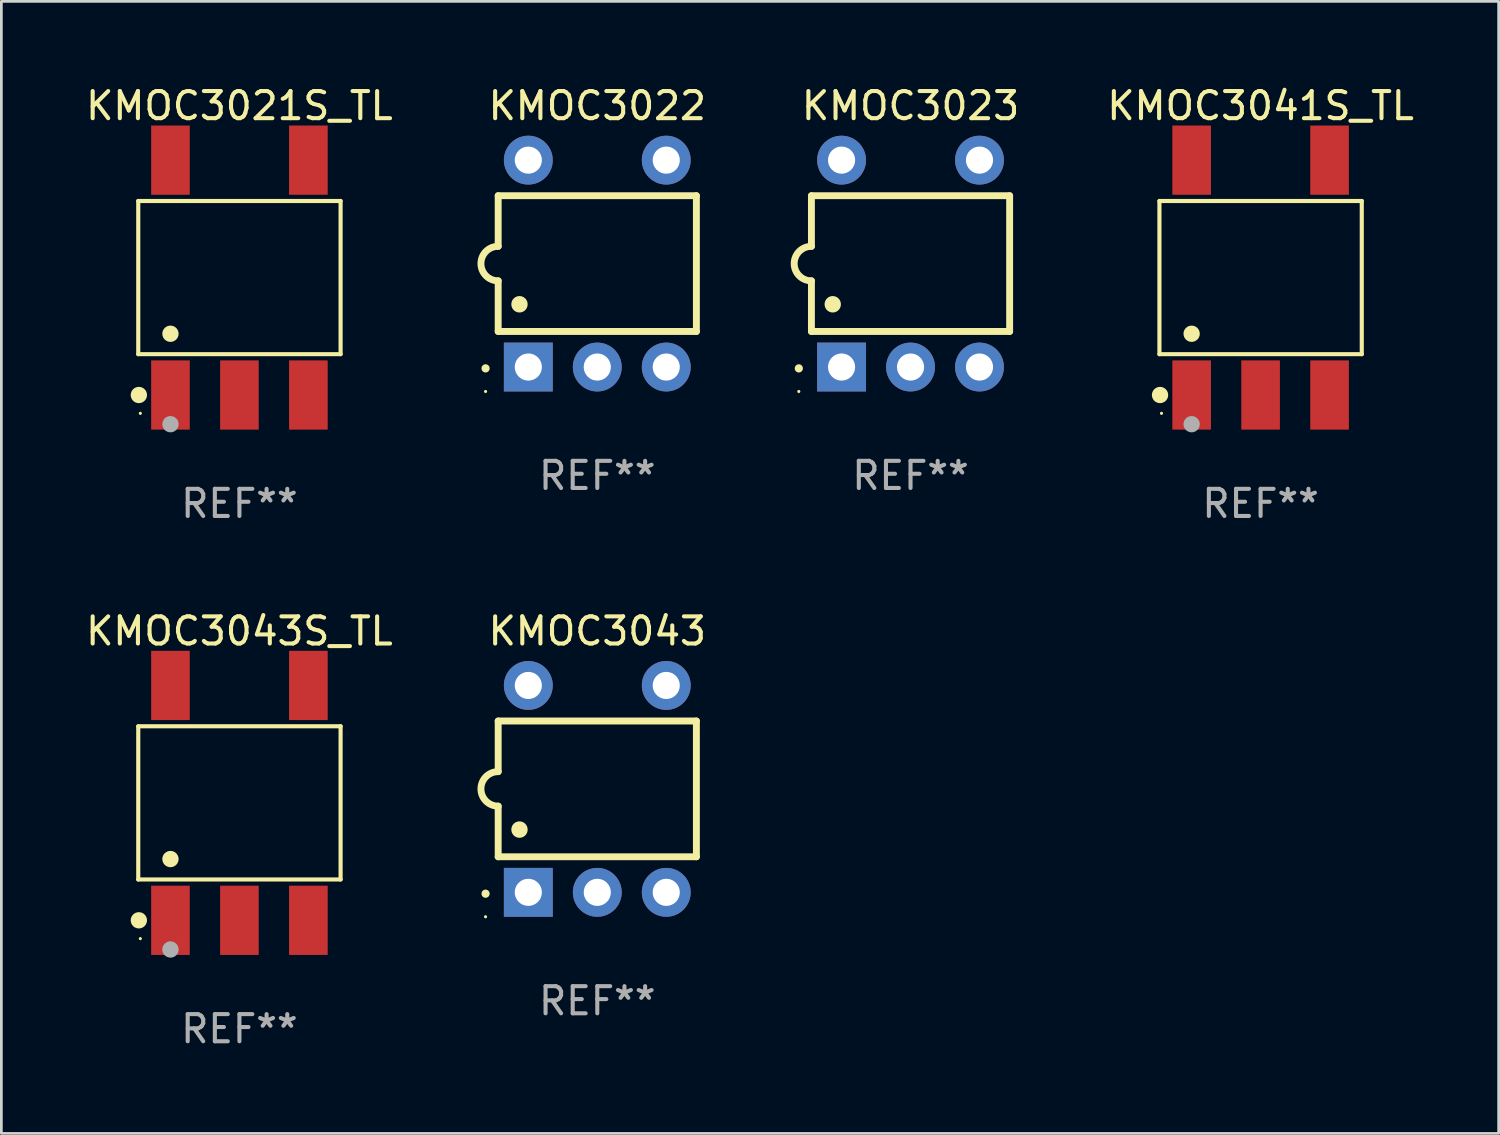
<source format=kicad_pcb>
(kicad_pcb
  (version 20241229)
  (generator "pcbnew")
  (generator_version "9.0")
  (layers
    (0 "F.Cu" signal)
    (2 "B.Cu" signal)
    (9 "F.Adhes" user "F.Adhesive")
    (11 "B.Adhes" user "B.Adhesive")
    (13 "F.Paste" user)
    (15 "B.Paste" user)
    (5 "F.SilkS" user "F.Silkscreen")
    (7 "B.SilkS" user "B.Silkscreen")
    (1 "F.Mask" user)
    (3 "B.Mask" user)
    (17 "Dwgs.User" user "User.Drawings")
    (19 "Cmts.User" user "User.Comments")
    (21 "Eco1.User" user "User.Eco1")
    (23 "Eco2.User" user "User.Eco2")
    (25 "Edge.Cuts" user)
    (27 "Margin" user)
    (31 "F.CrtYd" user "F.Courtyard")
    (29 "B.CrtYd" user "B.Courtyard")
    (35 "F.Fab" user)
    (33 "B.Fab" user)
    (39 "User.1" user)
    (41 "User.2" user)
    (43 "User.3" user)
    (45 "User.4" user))
  (footprint "KMOC3043S_TL"
    (layer "F.Cu")
    (at 5.768 26.52)
    (property "Reference" "KMOC3043S_TL" (at 0 -6.325 0) (layer "F.SilkS") (effects (font (size 1 1) (thickness 0.15))))
    (attr through_hole)
    (fp_line (start -3.726 -2.821) (end 3.726 -2.821) (stroke (width 0.152) (type solid)) (layer "F.SilkS"))
    (fp_line (start -3.726 2.821) (end -3.726 -2.821) (stroke (width 0.152) (type solid)) (layer "F.SilkS"))
    (fp_line (start 3.726 -2.821) (end 3.726 2.821) (stroke (width 0.152) (type solid)) (layer "F.SilkS"))
    (fp_line (start 3.726 2.821) (end -3.726 2.821) (stroke (width 0.152) (type solid)) (layer "F.SilkS"))
    (fp_circle (center -3.704 4.325) (end -3.554 4.325) (stroke (width 0.3) (type solid)) (fill no) (layer "F.SilkS"))
    (fp_circle (center -3.65 5) (end -3.62 5) (stroke (width 0.06) (type solid)) (fill no) (layer "F.SilkS"))
    (fp_circle (center -2.54 2.069) (end -2.39 2.069) (stroke (width 0.3) (type solid)) (fill no) (layer "F.SilkS"))
    (fp_circle (center -2.54 5.4) (end -2.39 5.4) (stroke (width 0.3) (type solid)) (fill no) (layer "F.Fab"))
    (fp_text user "REF**" (at 0 8.325 0) (layer "F.Fab") (effects (font (size 1 1) (thickness 0.15))))
    (pad "1" smd rect (at -2.54 4.325) (size 1.422 2.55) (layers "F.Cu" "F.Mask" "F.Paste"))
    (pad "2" smd rect (at 0 4.325) (size 1.422 2.55) (layers "F.Cu" "F.Mask" "F.Paste"))
    (pad "3" smd rect (at 2.54 4.325) (size 1.422 2.55) (layers "F.Cu" "F.Mask" "F.Paste"))
    (pad "4" smd rect (at 2.54 -4.325) (size 1.422 2.55) (layers "F.Cu" "F.Mask" "F.Paste"))
    (pad "6" smd rect (at -2.54 -4.325) (size 1.422 2.55) (layers "F.Cu" "F.Mask" "F.Paste")))
  (footprint "KMOC3023"
    (layer "F.Cu")
    (at 30.485 6.658)
    (property "Reference" "KMOC3023" (at 0 -5.81 0) (layer "F.SilkS") (effects (font (size 1 1) (thickness 0.15))))
    (attr through_hole)
    (fp_line (start -3.65 -2.5) (end 3.65 -2.5) (stroke (width 0.254) (type solid)) (layer "F.SilkS"))
    (fp_line (start -3.65 -0.635) (end -3.65 -2.5) (stroke (width 0.254) (type solid)) (layer "F.SilkS"))
    (fp_line (start -3.65 0.635) (end -3.65 2.5) (stroke (width 0.254) (type solid)) (layer "F.SilkS"))
    (fp_line (start -3.65 2.5) (end 3.65 2.5) (stroke (width 0.254) (type solid)) (layer "F.SilkS"))
    (fp_line (start 3.65 -2.5) (end 3.65 2.5) (stroke (width 0.254) (type solid)) (layer "F.SilkS"))
    (fp_arc (start -4.114808 3.860808) (mid -4.114813 3.859538) (end -4.114808 3.858268) (stroke (width 0.3) (type solid)) (layer "F.SilkS"))
    (fp_arc (start -3.650013 0.635001) (mid -4.285014 0) (end -3.650013 -0.635001) (stroke (width 0.254001) (type solid)) (layer "F.SilkS"))
    (fp_arc (start -2.865405 1.501143) (mid -2.865416 1.498603) (end -2.865405 1.496063) (stroke (width 0.6) (type solid)) (layer "F.SilkS"))
    (fp_circle (center -4.115 4.71) (end -4.085 4.71) (stroke (width 0.06) (type solid)) (fill no) (layer "F.SilkS"))
    (fp_text user "REF**" (at 0 7.81 0) (layer "F.Fab") (effects (font (size 1 1) (thickness 0.15))))
    (pad "1" thru_hole rect (at -2.54 3.81 90) (size 1.8 1.8) (drill 1) (layers "*.Cu" "*.Mask"))
    (pad "2" thru_hole circle (at 0 3.81) (size 1.8 1.8) (drill 1) (layers "*.Cu" "*.Mask"))
    (pad "3" thru_hole circle (at 2.54 3.81) (size 1.8 1.8) (drill 1) (layers "*.Cu" "*.Mask"))
    (pad "4" thru_hole circle (at 2.54 -3.81) (size 1.8 1.8) (drill 1) (layers "*.Cu" "*.Mask"))
    (pad "6" thru_hole circle (at -2.54 -3.81) (size 1.8 1.8) (drill 1) (layers "*.Cu" "*.Mask")))
  (footprint "KMOC3041S_TL"
    (layer "F.Cu")
    (at 43.378 7.173)
    (property "Reference" "KMOC3041S_TL" (at 0 -6.325 0) (layer "F.SilkS") (effects (font (size 1 1) (thickness 0.15))))
    (attr through_hole)
    (fp_line (start -3.726 -2.821) (end 3.726 -2.821) (stroke (width 0.152) (type solid)) (layer "F.SilkS"))
    (fp_line (start -3.726 2.821) (end -3.726 -2.821) (stroke (width 0.152) (type solid)) (layer "F.SilkS"))
    (fp_line (start 3.726 -2.821) (end 3.726 2.821) (stroke (width 0.152) (type solid)) (layer "F.SilkS"))
    (fp_line (start 3.726 2.821) (end -3.726 2.821) (stroke (width 0.152) (type solid)) (layer "F.SilkS"))
    (fp_circle (center -3.704 4.325) (end -3.554 4.325) (stroke (width 0.3) (type solid)) (fill no) (layer "F.SilkS"))
    (fp_circle (center -3.65 5) (end -3.62 5) (stroke (width 0.06) (type solid)) (fill no) (layer "F.SilkS"))
    (fp_circle (center -2.54 2.069) (end -2.39 2.069) (stroke (width 0.3) (type solid)) (fill no) (layer "F.SilkS"))
    (fp_circle (center -2.54 5.4) (end -2.39 5.4) (stroke (width 0.3) (type solid)) (fill no) (layer "F.Fab"))
    (fp_text user "REF**" (at 0 8.325 0) (layer "F.Fab") (effects (font (size 1 1) (thickness 0.15))))
    (pad "1" smd rect (at -2.54 4.325) (size 1.422 2.55) (layers "F.Cu" "F.Mask" "F.Paste"))
    (pad "2" smd rect (at 0 4.325) (size 1.422 2.55) (layers "F.Cu" "F.Mask" "F.Paste"))
    (pad "3" smd rect (at 2.54 4.325) (size 1.422 2.55) (layers "F.Cu" "F.Mask" "F.Paste"))
    (pad "4" smd rect (at 2.54 -4.325) (size 1.422 2.55) (layers "F.Cu" "F.Mask" "F.Paste"))
    (pad "6" smd rect (at -2.54 -4.325) (size 1.422 2.55) (layers "F.Cu" "F.Mask" "F.Paste")))
  (footprint "KMOC3043"
    (layer "F.Cu")
    (at 18.948 26.005)
    (property "Reference" "KMOC3043" (at 0 -5.81 0) (layer "F.SilkS") (effects (font (size 1 1) (thickness 0.15))))
    (attr through_hole)
    (fp_line (start -3.65 -2.5) (end 3.65 -2.5) (stroke (width 0.254) (type solid)) (layer "F.SilkS"))
    (fp_line (start -3.65 -0.635) (end -3.65 -2.5) (stroke (width 0.254) (type solid)) (layer "F.SilkS"))
    (fp_line (start -3.65 0.635) (end -3.65 2.5) (stroke (width 0.254) (type solid)) (layer "F.SilkS"))
    (fp_line (start -3.65 2.5) (end 3.65 2.5) (stroke (width 0.254) (type solid)) (layer "F.SilkS"))
    (fp_line (start 3.65 -2.5) (end 3.65 2.5) (stroke (width 0.254) (type solid)) (layer "F.SilkS"))
    (fp_arc (start -4.114808 3.860808) (mid -4.114813 3.859538) (end -4.114808 3.858268) (stroke (width 0.3) (type solid)) (layer "F.SilkS"))
    (fp_arc (start -3.650013 0.635001) (mid -4.285014 0) (end -3.650013 -0.635001) (stroke (width 0.254001) (type solid)) (layer "F.SilkS"))
    (fp_arc (start -2.865405 1.501143) (mid -2.865416 1.498603) (end -2.865405 1.496063) (stroke (width 0.6) (type solid)) (layer "F.SilkS"))
    (fp_circle (center -4.115 4.71) (end -4.085 4.71) (stroke (width 0.06) (type solid)) (fill no) (layer "F.SilkS"))
    (fp_text user "REF**" (at 0 7.81 0) (layer "F.Fab") (effects (font (size 1 1) (thickness 0.15))))
    (pad "1" thru_hole rect (at -2.54 3.81 90) (size 1.8 1.8) (drill 1) (layers "*.Cu" "*.Mask"))
    (pad "2" thru_hole circle (at 0 3.81) (size 1.8 1.8) (drill 1) (layers "*.Cu" "*.Mask"))
    (pad "3" thru_hole circle (at 2.54 3.81) (size 1.8 1.8) (drill 1) (layers "*.Cu" "*.Mask"))
    (pad "4" thru_hole circle (at 2.54 -3.81) (size 1.8 1.8) (drill 1) (layers "*.Cu" "*.Mask"))
    (pad "6" thru_hole circle (at -2.54 -3.81) (size 1.8 1.8) (drill 1) (layers "*.Cu" "*.Mask")))
  (footprint "KMOC3022"
    (layer "F.Cu")
    (at 18.948 6.658)
    (property "Reference" "KMOC3022" (at 0 -5.81 0) (layer "F.SilkS") (effects (font (size 1 1) (thickness 0.15))))
    (attr through_hole)
    (fp_line (start -3.65 -2.5) (end 3.65 -2.5) (stroke (width 0.254) (type solid)) (layer "F.SilkS"))
    (fp_line (start -3.65 -0.635) (end -3.65 -2.5) (stroke (width 0.254) (type solid)) (layer "F.SilkS"))
    (fp_line (start -3.65 0.635) (end -3.65 2.5) (stroke (width 0.254) (type solid)) (layer "F.SilkS"))
    (fp_line (start -3.65 2.5) (end 3.65 2.5) (stroke (width 0.254) (type solid)) (layer "F.SilkS"))
    (fp_line (start 3.65 -2.5) (end 3.65 2.5) (stroke (width 0.254) (type solid)) (layer "F.SilkS"))
    (fp_arc (start -4.114808 3.860808) (mid -4.114813 3.859538) (end -4.114808 3.858268) (stroke (width 0.3) (type solid)) (layer "F.SilkS"))
    (fp_arc (start -3.650013 0.635001) (mid -4.285014 0) (end -3.650013 -0.635001) (stroke (width 0.254001) (type solid)) (layer "F.SilkS"))
    (fp_arc (start -2.865405 1.501143) (mid -2.865416 1.498603) (end -2.865405 1.496063) (stroke (width 0.6) (type solid)) (layer "F.SilkS"))
    (fp_circle (center -4.115 4.71) (end -4.085 4.71) (stroke (width 0.06) (type solid)) (fill no) (layer "F.SilkS"))
    (fp_text user "REF**" (at 0 7.81 0) (layer "F.Fab") (effects (font (size 1 1) (thickness 0.15))))
    (pad "1" thru_hole rect (at -2.54 3.81 90) (size 1.8 1.8) (drill 1) (layers "*.Cu" "*.Mask"))
    (pad "2" thru_hole circle (at 0 3.81) (size 1.8 1.8) (drill 1) (layers "*.Cu" "*.Mask"))
    (pad "3" thru_hole circle (at 2.54 3.81) (size 1.8 1.8) (drill 1) (layers "*.Cu" "*.Mask"))
    (pad "4" thru_hole circle (at 2.54 -3.81) (size 1.8 1.8) (drill 1) (layers "*.Cu" "*.Mask"))
    (pad "6" thru_hole circle (at -2.54 -3.81) (size 1.8 1.8) (drill 1) (layers "*.Cu" "*.Mask")))
  (footprint "KMOC3021S_TL"
    (layer "F.Cu")
    (at 5.768 7.173)
    (property "Reference" "KMOC3021S_TL" (at 0 -6.325 0) (layer "F.SilkS") (effects (font (size 1 1) (thickness 0.15))))
    (attr through_hole)
    (fp_line (start -3.726 -2.821) (end 3.726 -2.821) (stroke (width 0.152) (type solid)) (layer "F.SilkS"))
    (fp_line (start -3.726 2.821) (end -3.726 -2.821) (stroke (width 0.152) (type solid)) (layer "F.SilkS"))
    (fp_line (start 3.726 -2.821) (end 3.726 2.821) (stroke (width 0.152) (type solid)) (layer "F.SilkS"))
    (fp_line (start 3.726 2.821) (end -3.726 2.821) (stroke (width 0.152) (type solid)) (layer "F.SilkS"))
    (fp_circle (center -3.704 4.325) (end -3.554 4.325) (stroke (width 0.3) (type solid)) (fill no) (layer "F.SilkS"))
    (fp_circle (center -3.65 5) (end -3.62 5) (stroke (width 0.06) (type solid)) (fill no) (layer "F.SilkS"))
    (fp_circle (center -2.54 2.069) (end -2.39 2.069) (stroke (width 0.3) (type solid)) (fill no) (layer "F.SilkS"))
    (fp_circle (center -2.54 5.4) (end -2.39 5.4) (stroke (width 0.3) (type solid)) (fill no) (layer "F.Fab"))
    (fp_text user "REF**" (at 0 8.325 0) (layer "F.Fab") (effects (font (size 1 1) (thickness 0.15))))
    (pad "1" smd rect (at -2.54 4.325) (size 1.422 2.55) (layers "F.Cu" "F.Mask" "F.Paste"))
    (pad "2" smd rect (at 0 4.325) (size 1.422 2.55) (layers "F.Cu" "F.Mask" "F.Paste"))
    (pad "3" smd rect (at 2.54 4.325) (size 1.422 2.55) (layers "F.Cu" "F.Mask" "F.Paste"))
    (pad "4" smd rect (at 2.54 -4.325) (size 1.422 2.55) (layers "F.Cu" "F.Mask" "F.Paste"))
    (pad "6" smd rect (at -2.54 -4.325) (size 1.422 2.55) (layers "F.Cu" "F.Mask" "F.Paste")))
  (gr_rect
    (start -3 -3)
    (end 52.145 38.693)
    (stroke (width 0.1) (type default))
    (fill no)
    (layer "Edge.Cuts")))
</source>
